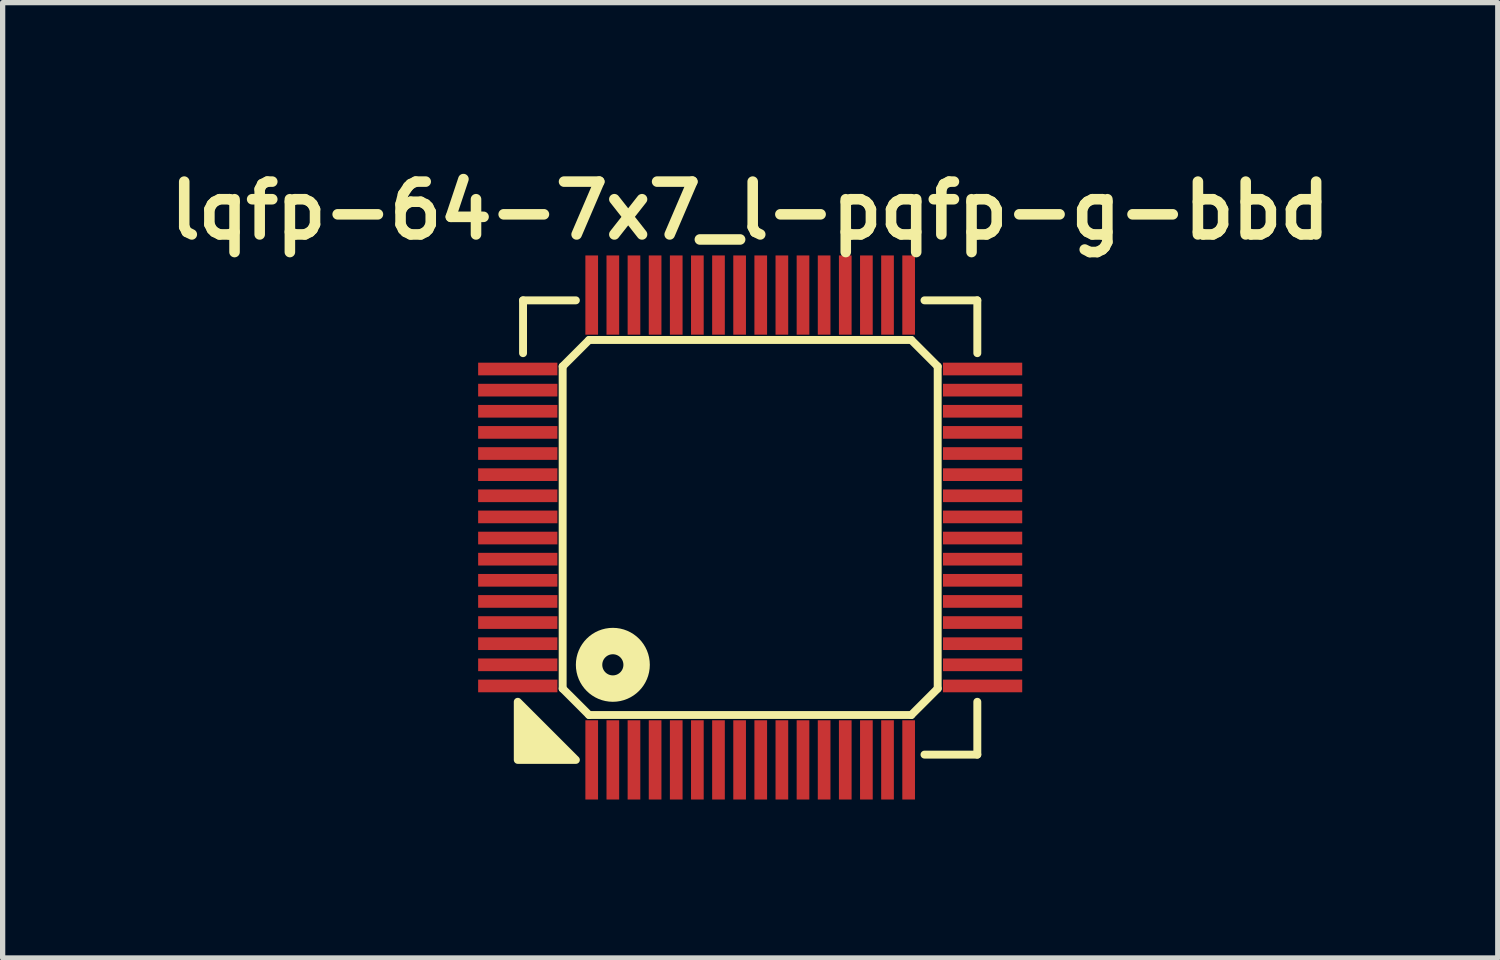
<source format=kicad_pcb>
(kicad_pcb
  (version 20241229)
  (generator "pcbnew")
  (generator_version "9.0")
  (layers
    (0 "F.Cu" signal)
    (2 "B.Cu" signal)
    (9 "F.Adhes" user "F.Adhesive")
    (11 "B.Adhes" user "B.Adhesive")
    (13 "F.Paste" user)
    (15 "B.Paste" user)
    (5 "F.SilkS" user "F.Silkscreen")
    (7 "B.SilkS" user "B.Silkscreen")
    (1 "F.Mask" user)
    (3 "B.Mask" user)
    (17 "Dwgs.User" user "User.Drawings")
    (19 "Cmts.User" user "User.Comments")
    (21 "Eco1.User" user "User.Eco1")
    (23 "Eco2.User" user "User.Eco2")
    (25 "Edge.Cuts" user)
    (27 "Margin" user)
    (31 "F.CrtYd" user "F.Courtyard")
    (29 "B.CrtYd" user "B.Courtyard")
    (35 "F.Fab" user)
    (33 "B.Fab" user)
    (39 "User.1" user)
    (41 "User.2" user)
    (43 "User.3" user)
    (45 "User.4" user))
  (footprint "lqfp-64-7x7_l-pqfp-g-bbd"
    (layer "F.Cu")
    (at 11.152 6.936)
    (property "Reference" "lqfp-64-7x7_l-pqfp-g-bbd" (at 0 -6 0) (layer "F.SilkS") (effects (font (size 1 1) (thickness 0.2))))
    (attr smd)
    (fp_line (start -4.3 -4.3) (end -3.3 -4.3) (stroke (width 0.15) (type solid)) (layer "F.SilkS"))
    (fp_line (start -4.3 -3.3) (end -4.3 -4.3) (stroke (width 0.15) (type solid)) (layer "F.SilkS"))
    (fp_line (start -3.55 -3.05) (end -3.05 -3.55) (stroke (width 0.15) (type solid)) (layer "F.SilkS"))
    (fp_line (start -3.55 3.05) (end -3.55 -3.05) (stroke (width 0.15) (type solid)) (layer "F.SilkS"))
    (fp_line (start -3.05 -3.55) (end 3.05 -3.55) (stroke (width 0.15) (type solid)) (layer "F.SilkS"))
    (fp_line (start -3.05 3.55) (end -3.55 3.05) (stroke (width 0.15) (type solid)) (layer "F.SilkS"))
    (fp_line (start 3.05 -3.55) (end 3.55 -3.05) (stroke (width 0.15) (type solid)) (layer "F.SilkS"))
    (fp_line (start 3.05 3.55) (end -3.05 3.55) (stroke (width 0.15) (type solid)) (layer "F.SilkS"))
    (fp_line (start 3.3 -4.3) (end 4.3 -4.3) (stroke (width 0.15) (type solid)) (layer "F.SilkS"))
    (fp_line (start 3.55 -3.05) (end 3.55 3.05) (stroke (width 0.15) (type solid)) (layer "F.SilkS"))
    (fp_line (start 3.55 3.05) (end 3.05 3.55) (stroke (width 0.15) (type solid)) (layer "F.SilkS"))
    (fp_line (start 4.3 -4.3) (end 4.3 -3.3) (stroke (width 0.15) (type solid)) (layer "F.SilkS"))
    (fp_line (start 4.3 3.3) (end 4.3 4.3) (stroke (width 0.15) (type solid)) (layer "F.SilkS"))
    (fp_line (start 4.3 4.3) (end 3.3 4.3) (stroke (width 0.15) (type solid)) (layer "F.SilkS"))
    (fp_circle (center -2.6 2.6) (end -2.4 2.6) (stroke (width 0.5) (type solid)) (fill no) (layer "F.SilkS"))
    (fp_poly (pts (xy -3.3 4.4) (xy -4.4 4.4) (xy -4.4 3.3)) (stroke (width 0.15) (type solid)) (fill yes) (layer "F.SilkS"))
    (pad "1" smd rect (at -3 4.4) (size 0.24 1.5) (layers "F.Cu" "F.Mask" "F.Paste"))
    (pad "2" smd rect (at -2.6 4.4) (size 0.24 1.5) (layers "F.Cu" "F.Mask" "F.Paste"))
    (pad "3" smd rect (at -2.2 4.4) (size 0.24 1.5) (layers "F.Cu" "F.Mask" "F.Paste"))
    (pad "4" smd rect (at -1.8 4.4) (size 0.24 1.5) (layers "F.Cu" "F.Mask" "F.Paste"))
    (pad "5" smd rect (at -1.4 4.4) (size 0.24 1.5) (layers "F.Cu" "F.Mask" "F.Paste"))
    (pad "6" smd rect (at -1 4.4) (size 0.24 1.5) (layers "F.Cu" "F.Mask" "F.Paste"))
    (pad "7" smd rect (at -0.6 4.4) (size 0.24 1.5) (layers "F.Cu" "F.Mask" "F.Paste"))
    (pad "8" smd rect (at -0.2 4.4) (size 0.24 1.5) (layers "F.Cu" "F.Mask" "F.Paste"))
    (pad "9" smd rect (at 0.2 4.4) (size 0.24 1.5) (layers "F.Cu" "F.Mask" "F.Paste"))
    (pad "10" smd rect (at 0.6 4.4) (size 0.24 1.5) (layers "F.Cu" "F.Mask" "F.Paste"))
    (pad "11" smd rect (at 1 4.4) (size 0.24 1.5) (layers "F.Cu" "F.Mask" "F.Paste"))
    (pad "12" smd rect (at 1.4 4.4) (size 0.24 1.5) (layers "F.Cu" "F.Mask" "F.Paste"))
    (pad "13" smd rect (at 1.8 4.4) (size 0.24 1.5) (layers "F.Cu" "F.Mask" "F.Paste"))
    (pad "14" smd rect (at 2.2 4.4) (size 0.24 1.5) (layers "F.Cu" "F.Mask" "F.Paste"))
    (pad "15" smd rect (at 2.6 4.4) (size 0.24 1.5) (layers "F.Cu" "F.Mask" "F.Paste"))
    (pad "16" smd rect (at 3 4.4) (size 0.24 1.5) (layers "F.Cu" "F.Mask" "F.Paste"))
    (pad "17" smd rect (at 4.4 3) (size 1.5 0.24) (layers "F.Cu" "F.Mask" "F.Paste"))
    (pad "18" smd rect (at 4.4 2.6) (size 1.5 0.24) (layers "F.Cu" "F.Mask" "F.Paste"))
    (pad "19" smd rect (at 4.4 2.2) (size 1.5 0.24) (layers "F.Cu" "F.Mask" "F.Paste"))
    (pad "20" smd rect (at 4.4 1.8) (size 1.5 0.24) (layers "F.Cu" "F.Mask" "F.Paste"))
    (pad "21" smd rect (at 4.4 1.4) (size 1.5 0.24) (layers "F.Cu" "F.Mask" "F.Paste"))
    (pad "22" smd rect (at 4.4 1) (size 1.5 0.24) (layers "F.Cu" "F.Mask" "F.Paste"))
    (pad "23" smd rect (at 4.4 0.6) (size 1.5 0.24) (layers "F.Cu" "F.Mask" "F.Paste"))
    (pad "24" smd rect (at 4.4 0.2) (size 1.5 0.24) (layers "F.Cu" "F.Mask" "F.Paste"))
    (pad "25" smd rect (at 4.4 -0.2) (size 1.5 0.24) (layers "F.Cu" "F.Mask" "F.Paste"))
    (pad "26" smd rect (at 4.4 -0.6) (size 1.5 0.24) (layers "F.Cu" "F.Mask" "F.Paste"))
    (pad "27" smd rect (at 4.4 -1) (size 1.5 0.24) (layers "F.Cu" "F.Mask" "F.Paste"))
    (pad "28" smd rect (at 4.4 -1.4) (size 1.5 0.24) (layers "F.Cu" "F.Mask" "F.Paste"))
    (pad "29" smd rect (at 4.4 -1.8) (size 1.5 0.24) (layers "F.Cu" "F.Mask" "F.Paste"))
    (pad "30" smd rect (at 4.4 -2.2) (size 1.5 0.24) (layers "F.Cu" "F.Mask" "F.Paste"))
    (pad "31" smd rect (at 4.4 -2.6) (size 1.5 0.24) (layers "F.Cu" "F.Mask" "F.Paste"))
    (pad "32" smd rect (at 4.4 -3) (size 1.5 0.24) (layers "F.Cu" "F.Mask" "F.Paste"))
    (pad "33" smd rect (at 3 -4.4) (size 0.24 1.5) (layers "F.Cu" "F.Mask" "F.Paste"))
    (pad "34" smd rect (at 2.6 -4.4) (size 0.24 1.5) (layers "F.Cu" "F.Mask" "F.Paste"))
    (pad "35" smd rect (at 2.2 -4.4) (size 0.24 1.5) (layers "F.Cu" "F.Mask" "F.Paste"))
    (pad "36" smd rect (at 1.8 -4.4) (size 0.24 1.5) (layers "F.Cu" "F.Mask" "F.Paste"))
    (pad "37" smd rect (at 1.4 -4.4) (size 0.24 1.5) (layers "F.Cu" "F.Mask" "F.Paste"))
    (pad "38" smd rect (at 1 -4.4) (size 0.24 1.5) (layers "F.Cu" "F.Mask" "F.Paste"))
    (pad "39" smd rect (at 0.6 -4.4) (size 0.24 1.5) (layers "F.Cu" "F.Mask" "F.Paste"))
    (pad "40" smd rect (at 0.2 -4.4) (size 0.24 1.5) (layers "F.Cu" "F.Mask" "F.Paste"))
    (pad "41" smd rect (at -0.2 -4.4) (size 0.24 1.5) (layers "F.Cu" "F.Mask" "F.Paste"))
    (pad "42" smd rect (at -0.6 -4.4) (size 0.24 1.5) (layers "F.Cu" "F.Mask" "F.Paste"))
    (pad "43" smd rect (at -1 -4.4) (size 0.24 1.5) (layers "F.Cu" "F.Mask" "F.Paste"))
    (pad "44" smd rect (at -1.4 -4.4) (size 0.24 1.5) (layers "F.Cu" "F.Mask" "F.Paste"))
    (pad "45" smd rect (at -1.8 -4.4) (size 0.24 1.5) (layers "F.Cu" "F.Mask" "F.Paste"))
    (pad "46" smd rect (at -2.2 -4.4) (size 0.24 1.5) (layers "F.Cu" "F.Mask" "F.Paste"))
    (pad "47" smd rect (at -2.6 -4.4) (size 0.24 1.5) (layers "F.Cu" "F.Mask" "F.Paste"))
    (pad "48" smd rect (at -3 -4.4) (size 0.24 1.5) (layers "F.Cu" "F.Mask" "F.Paste"))
    (pad "49" smd rect (at -4.4 -3) (size 1.5 0.24) (layers "F.Cu" "F.Mask" "F.Paste"))
    (pad "50" smd rect (at -4.4 -2.6) (size 1.5 0.24) (layers "F.Cu" "F.Mask" "F.Paste"))
    (pad "51" smd rect (at -4.4 -2.2) (size 1.5 0.24) (layers "F.Cu" "F.Mask" "F.Paste"))
    (pad "52" smd rect (at -4.4 -1.8) (size 1.5 0.24) (layers "F.Cu" "F.Mask" "F.Paste"))
    (pad "53" smd rect (at -4.4 -1.4) (size 1.5 0.24) (layers "F.Cu" "F.Mask" "F.Paste"))
    (pad "54" smd rect (at -4.4 -1) (size 1.5 0.24) (layers "F.Cu" "F.Mask" "F.Paste"))
    (pad "55" smd rect (at -4.4 -0.6) (size 1.5 0.24) (layers "F.Cu" "F.Mask" "F.Paste"))
    (pad "56" smd rect (at -4.4 -0.2) (size 1.5 0.24) (layers "F.Cu" "F.Mask" "F.Paste"))
    (pad "57" smd rect (at -4.4 0.2) (size 1.5 0.24) (layers "F.Cu" "F.Mask" "F.Paste"))
    (pad "58" smd rect (at -4.4 0.6) (size 1.5 0.24) (layers "F.Cu" "F.Mask" "F.Paste"))
    (pad "59" smd rect (at -4.4 1) (size 1.5 0.24) (layers "F.Cu" "F.Mask" "F.Paste"))
    (pad "60" smd rect (at -4.4 1.4) (size 1.5 0.24) (layers "F.Cu" "F.Mask" "F.Paste"))
    (pad "61" smd rect (at -4.4 1.8) (size 1.5 0.24) (layers "F.Cu" "F.Mask" "F.Paste"))
    (pad "62" smd rect (at -4.4 2.2) (size 1.5 0.24) (layers "F.Cu" "F.Mask" "F.Paste"))
    (pad "63" smd rect (at -4.4 2.6) (size 1.5 0.24) (layers "F.Cu" "F.Mask" "F.Paste"))
    (pad "64" smd rect (at -4.4 3) (size 1.5 0.24) (layers "F.Cu" "F.Mask" "F.Paste")))
  (gr_rect
    (start -3 -3)
    (end 25.305 15.086)
    (stroke (width 0.1) (type default))
    (fill no)
    (layer "Edge.Cuts")))
</source>
